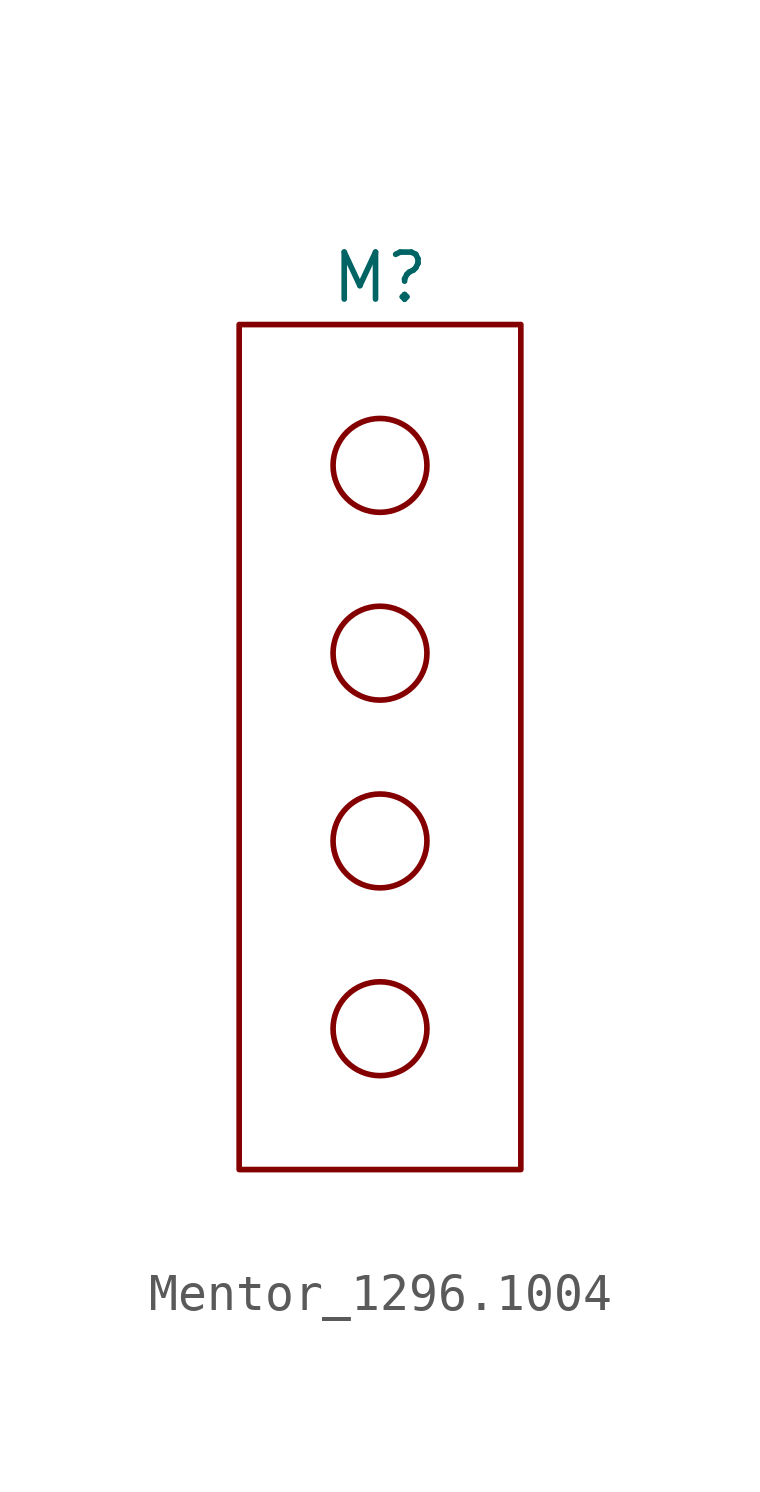
<source format=kicad_sym>
(kicad_symbol_lib
  (version 20231120)
  (generator "kicad_symbol_editor")
  (generator_version "8.0")
  (symbol "Mentor_1296.1004"
    (property "Reference" "M"
      (at 0 26.67 0)
      (effects (font (size 1.27 1.27))))
    (property "Value" ""
      (at 0 13.97 0)
      (effects (font (size 1.27 1.27))))
    (symbol "Mentor_1296.1004_0_1"
      (rectangle (start -3.81 25.4) (end 3.81 2.54) (stroke (width 0) (type default)) (fill (type none)))
      (circle (center 0 6.35) (radius 1.27) (stroke (width 0) (type default)) (fill (type none)))
      (circle (center 0 11.43) (radius 1.27) (stroke (width 0) (type default)) (fill (type none)))
      (circle (center 0 16.51) (radius 1.27) (stroke (width 0) (type default)) (fill (type none)))
      (circle (center 0 21.59) (radius 1.27) (stroke (width 0) (type default)) (fill (type none))))))
</source>
